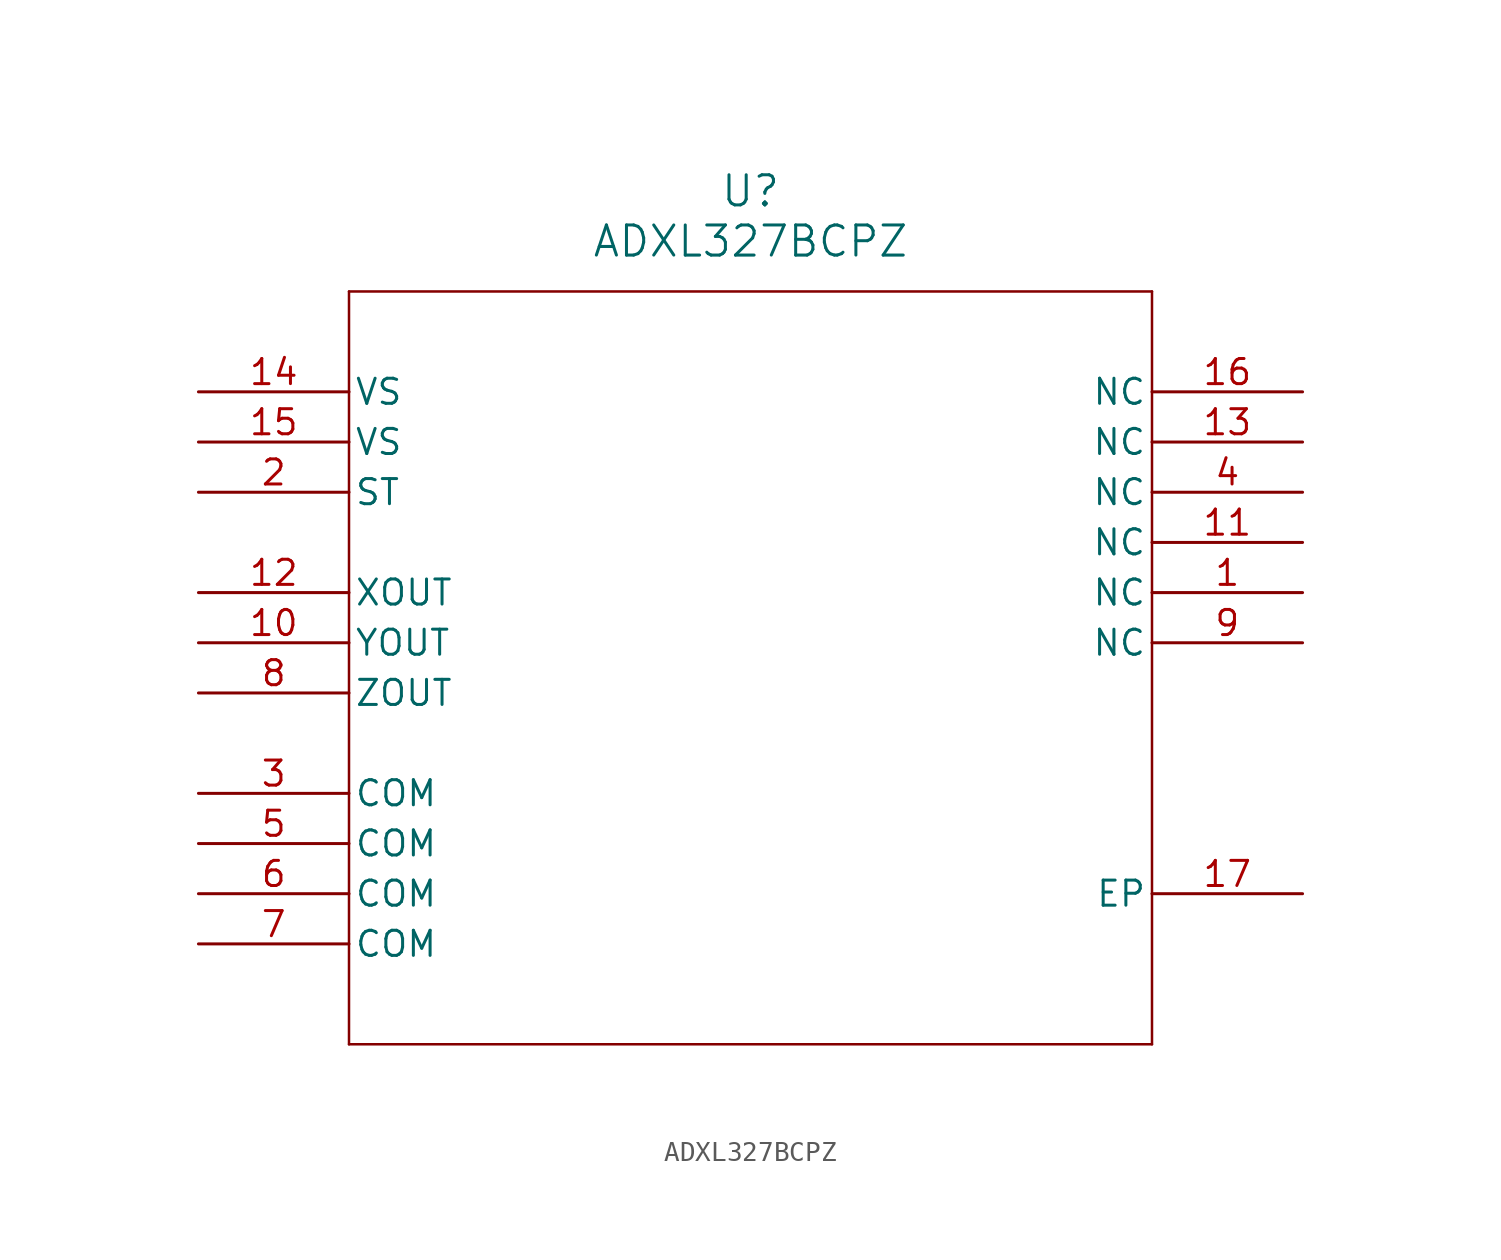
<source format=kicad_sym>
(kicad_symbol_lib
  (version 20211014)
  (generator kicad_symbol_editor)
  (symbol "ADXL327BCPZ"
    (pin_names
      (offset 0.254))
    (property "Reference" "U"
      (at 27.94 10.16 0)
      (effects (font (size 1.524 1.524))))
    (property "Value" "ADXL327BCPZ"
      (at 27.94 7.62 0)
      (effects (font (size 1.524 1.524))))
    (symbol "ADXL327BCPZ_0_1"
      (polyline (pts (xy 7.62 5.08) (xy 7.62 -33.02)) (stroke (width 0.127) (type default) (color 0 0 0 0)) (fill (type none)))
      (polyline (pts (xy 7.62 -33.02) (xy 48.26 -33.02)) (stroke (width 0.127) (type default) (color 0 0 0 0)) (fill (type none)))
      (polyline (pts (xy 48.26 -33.02) (xy 48.26 5.08)) (stroke (width 0.127) (type default) (color 0 0 0 0)) (fill (type none)))
      (polyline (pts (xy 48.26 5.08) (xy 7.62 5.08)) (stroke (width 0.127) (type default) (color 0 0 0 0)) (fill (type none)))
      (pin unspecified line (at 0 -20.32 0) (length 7.62) (name "COM" (effects (font (size 1.27 1.27)))) (number "3" (effects (font (size 1.27 1.27)))))
      (pin unspecified line (at 0 -22.86 0) (length 7.62) (name "COM" (effects (font (size 1.27 1.27)))) (number "5" (effects (font (size 1.27 1.27)))))
      (pin unspecified line (at 0 -25.4 0) (length 7.62) (name "COM" (effects (font (size 1.27 1.27)))) (number "6" (effects (font (size 1.27 1.27)))))
      (pin unspecified line (at 0 -27.94 0) (length 7.62) (name "COM" (effects (font (size 1.27 1.27)))) (number "7" (effects (font (size 1.27 1.27)))))
      (pin unspecified line (at 55.88 -25.4 180) (length 7.62) (name "EP" (effects (font (size 1.27 1.27)))) (number "17" (effects (font (size 1.27 1.27)))))
      (pin unspecified line (at 55.88 -10.16 180) (length 7.62) (name "NC" (effects (font (size 1.27 1.27)))) (number "1" (effects (font (size 1.27 1.27)))))
      (pin unspecified line (at 55.88 -5.08 180) (length 7.62) (name "NC" (effects (font (size 1.27 1.27)))) (number "4" (effects (font (size 1.27 1.27)))))
      (pin unspecified line (at 55.88 -12.7 180) (length 7.62) (name "NC" (effects (font (size 1.27 1.27)))) (number "9" (effects (font (size 1.27 1.27)))))
      (pin unspecified line (at 55.88 -7.62 180) (length 7.62) (name "NC" (effects (font (size 1.27 1.27)))) (number "11" (effects (font (size 1.27 1.27)))))
      (pin unspecified line (at 55.88 -2.54 180) (length 7.62) (name "NC" (effects (font (size 1.27 1.27)))) (number "13" (effects (font (size 1.27 1.27)))))
      (pin unspecified line (at 55.88 0 180) (length 7.62) (name "NC" (effects (font (size 1.27 1.27)))) (number "16" (effects (font (size 1.27 1.27)))))
      (pin unspecified line (at 0 -5.08 0) (length 7.62) (name "ST" (effects (font (size 1.27 1.27)))) (number "2" (effects (font (size 1.27 1.27)))))
      (pin power_in line (at 0 0 0) (length 7.62) (name "VS" (effects (font (size 1.27 1.27)))) (number "14" (effects (font (size 1.27 1.27)))))
      (pin power_in line (at 0 -2.54 0) (length 7.62) (name "VS" (effects (font (size 1.27 1.27)))) (number "15" (effects (font (size 1.27 1.27)))))
      (pin unspecified line (at 0 -10.16 0) (length 7.62) (name "XOUT" (effects (font (size 1.27 1.27)))) (number "12" (effects (font (size 1.27 1.27)))))
      (pin unspecified line (at 0 -12.7 0) (length 7.62) (name "YOUT" (effects (font (size 1.27 1.27)))) (number "10" (effects (font (size 1.27 1.27)))))
      (pin unspecified line (at 0 -15.24 0) (length 7.62) (name "ZOUT" (effects (font (size 1.27 1.27)))) (number "8" (effects (font (size 1.27 1.27))))))))
</source>
